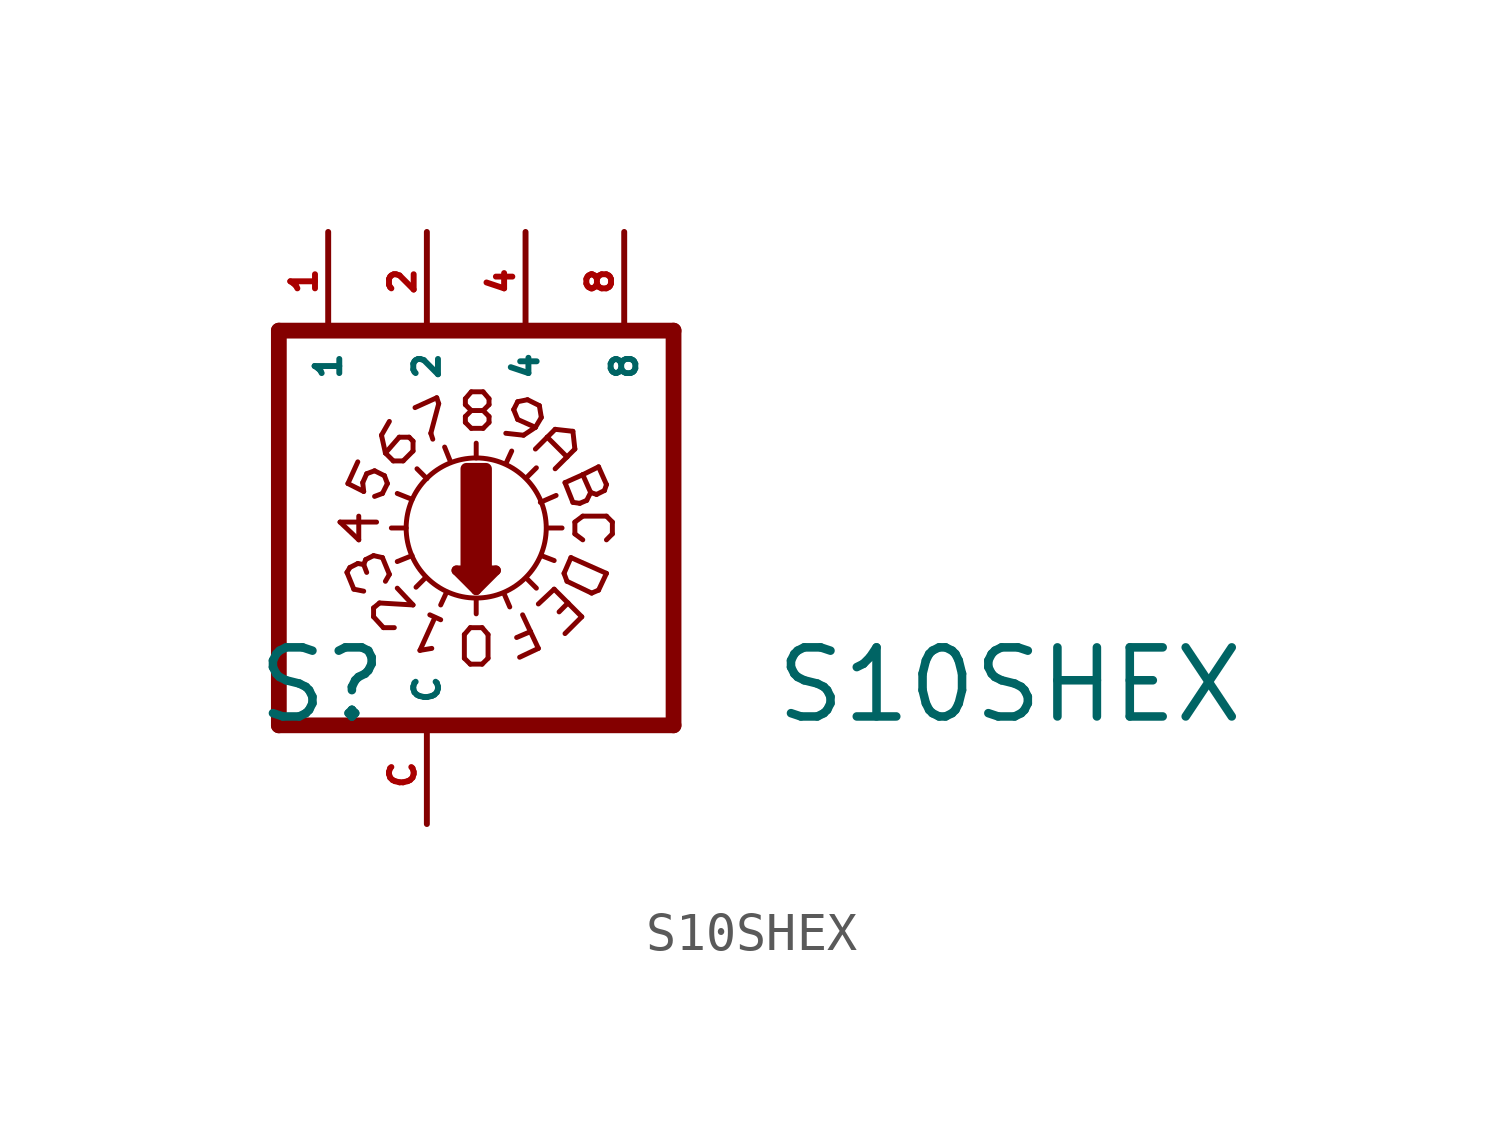
<source format=kicad_sym>
(kicad_symbol_lib
  (version 20220914)
  (generator Eagle2Kicad)
  (symbol "S10SHEX"
    (property "Reference" "S"
      (at -4.445 -5.08 0)
      (effects (font (size 1.778 1.778) (thickness 0.22)) (justify left bottom)))
    (property "Value" "S10SHEX"
      (at 8.89 -5.08 0)
      (effects (font (size 1.778 1.778) (thickness 0.22)) (justify left bottom)))
    (polyline
      (pts (xy 6.35 -5.08) (xy 6.35 5.08))
      (stroke (width 0.406) (type default))
      (fill (type none)))
    (polyline
      (pts (xy 3.099 0) (xy 3.48 0))
      (stroke (width 0.127) (type default))
      (fill (type none)))
    (polyline
      (pts (xy 1.27 1.803) (xy 1.27 2.184))
      (stroke (width 0.127) (type default))
      (fill (type none)))
    (polyline
      (pts (xy -0.914 0) (xy -0.533 0))
      (stroke (width 0.127) (type default))
      (fill (type none)))
    (polyline
      (pts (xy 2.565 -1.295) (xy 2.819 -1.549))
      (stroke (width 0.127) (type default))
      (fill (type none)))
    (polyline
      (pts (xy 0 1.27) (xy -0.254 1.524))
      (stroke (width 0.127) (type default))
      (fill (type none)))
    (polyline
      (pts (xy 2.565 1.295) (xy 2.819 1.549))
      (stroke (width 0.127) (type default))
      (fill (type none)))
    (polyline
      (pts (xy -0.025 -1.27) (xy -0.279 -1.524))
      (stroke (width 0.127) (type default))
      (fill (type none)))
    (polyline
      (pts (xy 2.032 1.651) (xy 2.184 1.981))
      (stroke (width 0.127) (type default))
      (fill (type none)))
    (polyline
      (pts (xy 2.921 0.66) (xy 3.327 0.838))
      (stroke (width 0.127) (type default))
      (fill (type none)))
    (polyline
      (pts (xy 2.946 -0.711) (xy 3.277 -0.838))
      (stroke (width 0.127) (type default))
      (fill (type none)))
    (polyline
      (pts (xy 1.981 -1.676) (xy 2.134 -2.032))
      (stroke (width 0.127) (type default))
      (fill (type none)))
    (polyline
      (pts (xy 0.508 -1.651) (xy 0.356 -1.981))
      (stroke (width 0.127) (type default))
      (fill (type none)))
    (polyline
      (pts (xy -0.381 -0.711) (xy -0.762 -0.864))
      (stroke (width 0.127) (type default))
      (fill (type none)))
    (polyline
      (pts (xy -0.381 0.737) (xy -0.762 0.889))
      (stroke (width 0.127) (type default))
      (fill (type none)))
    (polyline
      (pts (xy 0.61 1.702) (xy 0.457 2.083))
      (stroke (width 0.127) (type default))
      (fill (type none)))
    (polyline
      (pts (xy 0.762 -1.092) (xy 1.27 -1.6))
      (stroke (width 0.254) (type default))
      (fill (type none)))
    (polyline
      (pts (xy 1.27 -1.6) (xy 1.778 -1.092))
      (stroke (width 0.254) (type default))
      (fill (type none)))
    (polyline
      (pts (xy 1.778 -1.092) (xy 0.762 -1.092))
      (stroke (width 0.254) (type default))
      (fill (type none)))
    (polyline
      (pts (xy 1.27 -1.829) (xy 1.27 -2.21))
      (stroke (width 0.127) (type default))
      (fill (type none)))
    (polyline
      (pts (xy 1.016 -1.219) (xy 1.524 -1.219))
      (stroke (width 0.254) (type default))
      (fill (type none)))
    (polyline
      (pts (xy 1.27 -1.473) (xy 1.27 -1.346))
      (stroke (width 0.254) (type default))
      (fill (type none)))
    (polyline
      (pts (xy -3.81 -5.08) (xy -3.81 5.08))
      (stroke (width 0.406) (type default))
      (fill (type none)))
    (polyline
      (pts (xy -2.032 1.143) (xy -1.778 1.702))
      (stroke (width 0.127) (type default))
      (fill (type none)))
    (polyline
      (pts (xy -2.032 1.143) (xy -1.626 0.94))
      (stroke (width 0.127) (type default))
      (fill (type none)))
    (polyline
      (pts (xy -1.626 0.94) (xy -1.651 1.168))
      (stroke (width 0.127) (type default))
      (fill (type none)))
    (polyline
      (pts (xy -1.651 1.168) (xy -1.549 1.397))
      (stroke (width 0.127) (type default))
      (fill (type none)))
    (polyline
      (pts (xy -1.092 1.346) (xy -1.016 1.143))
      (stroke (width 0.127) (type default))
      (fill (type none)))
    (polyline
      (pts (xy -1.016 1.143) (xy -1.143 0.889))
      (stroke (width 0.127) (type default))
      (fill (type none)))
    (polyline
      (pts (xy -1.143 0.889) (xy -1.346 0.813))
      (stroke (width 0.127) (type default))
      (fill (type none)))
    (polyline
      (pts (xy -1.549 1.397) (xy -1.346 1.473))
      (stroke (width 0.127) (type default))
      (fill (type none)))
    (polyline
      (pts (xy -1.346 1.473) (xy -1.092 1.346))
      (stroke (width 0.127) (type default))
      (fill (type none)))
    (polyline
      (pts (xy -0.61 1.727) (xy -0.356 1.981))
      (stroke (width 0.127) (type default))
      (fill (type none)))
    (polyline
      (pts (xy -0.356 1.981) (xy -0.356 2.235))
      (stroke (width 0.127) (type default))
      (fill (type none)))
    (polyline
      (pts (xy -0.356 2.235) (xy -0.457 2.337))
      (stroke (width 0.127) (type default))
      (fill (type none)))
    (polyline
      (pts (xy -0.457 2.337) (xy -0.711 2.337))
      (stroke (width 0.127) (type default))
      (fill (type none)))
    (polyline
      (pts (xy -0.711 2.337) (xy -1.067 1.93))
      (stroke (width 0.127) (type default))
      (fill (type none)))
    (polyline
      (pts (xy -0.61 1.727) (xy -0.864 1.727))
      (stroke (width 0.127) (type default))
      (fill (type none)))
    (polyline
      (pts (xy -0.864 1.727) (xy -1.067 1.93))
      (stroke (width 0.127) (type default))
      (fill (type none)))
    (polyline
      (pts (xy -1.067 1.93) (xy -1.168 2.388))
      (stroke (width 0.127) (type default))
      (fill (type none)))
    (polyline
      (pts (xy -1.168 2.388) (xy -0.965 2.743))
      (stroke (width 0.127) (type default))
      (fill (type none)))
    (polyline
      (pts (xy -0.305 3.099) (xy 0.254 3.353))
      (stroke (width 0.127) (type default))
      (fill (type none)))
    (polyline
      (pts (xy 0.102 2.438) (xy 0.152 2.286))
      (stroke (width 0.127) (type default))
      (fill (type none)))
    (polyline
      (pts (xy 0.254 3.353) (xy 0.305 3.2))
      (stroke (width 0.127) (type default))
      (fill (type none)))
    (polyline
      (pts (xy 0.305 3.2) (xy 0.102 2.438))
      (stroke (width 0.127) (type default))
      (fill (type none)))
    (polyline
      (pts (xy 2.896 3.15) (xy 2.591 3.302))
      (stroke (width 0.127) (type default))
      (fill (type none)))
    (polyline
      (pts (xy 2.591 3.302) (xy 2.337 3.251))
      (stroke (width 0.127) (type default))
      (fill (type none)))
    (polyline
      (pts (xy 2.337 3.251) (xy 2.235 3.048))
      (stroke (width 0.127) (type default))
      (fill (type none)))
    (polyline
      (pts (xy 2.235 3.048) (xy 2.337 2.794))
      (stroke (width 0.127) (type default))
      (fill (type none)))
    (polyline
      (pts (xy 2.337 2.794) (xy 2.794 2.591))
      (stroke (width 0.127) (type default))
      (fill (type none)))
    (polyline
      (pts (xy 2.896 3.15) (xy 2.946 2.845))
      (stroke (width 0.127) (type default))
      (fill (type none)))
    (polyline
      (pts (xy 2.946 2.845) (xy 2.794 2.591))
      (stroke (width 0.127) (type default))
      (fill (type none)))
    (polyline
      (pts (xy 2.794 2.591) (xy 2.489 2.388))
      (stroke (width 0.127) (type default))
      (fill (type none)))
    (polyline
      (pts (xy 2.489 2.388) (xy 2.032 2.438))
      (stroke (width 0.127) (type default))
      (fill (type none)))
    (polyline
      (pts (xy 2.794 2.032) (xy 3.099 2.337))
      (stroke (width 0.127) (type default))
      (fill (type none)))
    (polyline
      (pts (xy 3.302 2.54) (xy 3.759 2.489))
      (stroke (width 0.127) (type default))
      (fill (type none)))
    (polyline
      (pts (xy 3.759 2.489) (xy 3.81 2.032))
      (stroke (width 0.127) (type default))
      (fill (type none)))
    (polyline
      (pts (xy 3.81 2.032) (xy 3.607 1.829))
      (stroke (width 0.127) (type default))
      (fill (type none)))
    (polyline
      (pts (xy 3.099 2.337) (xy 3.607 1.829))
      (stroke (width 0.127) (type default))
      (fill (type none)))
    (polyline
      (pts (xy 3.099 2.337) (xy 3.302 2.54))
      (stroke (width 0.127) (type default))
      (fill (type none)))
    (polyline
      (pts (xy 3.607 1.829) (xy 3.302 1.524))
      (stroke (width 0.127) (type default))
      (fill (type none)))
    (polyline
      (pts (xy 3.556 1.168) (xy 4.013 1.372))
      (stroke (width 0.127) (type default))
      (fill (type none)))
    (polyline
      (pts (xy 4.42 1.575) (xy 4.623 1.118))
      (stroke (width 0.127) (type default))
      (fill (type none)))
    (polyline
      (pts (xy 4.623 1.118) (xy 4.572 0.965))
      (stroke (width 0.127) (type default))
      (fill (type none)))
    (polyline
      (pts (xy 4.572 0.965) (xy 4.369 0.864))
      (stroke (width 0.127) (type default))
      (fill (type none)))
    (polyline
      (pts (xy 4.369 0.864) (xy 4.216 0.914))
      (stroke (width 0.127) (type default))
      (fill (type none)))
    (polyline
      (pts (xy 4.216 0.914) (xy 4.013 1.372))
      (stroke (width 0.127) (type default))
      (fill (type none)))
    (polyline
      (pts (xy 4.216 0.914) (xy 4.115 0.711))
      (stroke (width 0.127) (type default))
      (fill (type none)))
    (polyline
      (pts (xy 4.115 0.711) (xy 3.937 0.635))
      (stroke (width 0.127) (type default))
      (fill (type none)))
    (polyline
      (pts (xy 3.937 0.635) (xy 3.759 0.66))
      (stroke (width 0.127) (type default))
      (fill (type none)))
    (polyline
      (pts (xy 3.759 0.66) (xy 3.556 1.168))
      (stroke (width 0.127) (type default))
      (fill (type none)))
    (polyline
      (pts (xy 4.013 1.372) (xy 4.42 1.575))
      (stroke (width 0.127) (type default))
      (fill (type none)))
    (polyline
      (pts (xy 4.013 0.305) (xy 4.623 0.305))
      (stroke (width 0.127) (type default))
      (fill (type none)))
    (polyline
      (pts (xy 4.623 0.305) (xy 4.775 0.152))
      (stroke (width 0.127) (type default))
      (fill (type none)))
    (polyline
      (pts (xy 4.775 0.152) (xy 4.775 -0.152))
      (stroke (width 0.127) (type default))
      (fill (type none)))
    (polyline
      (pts (xy 4.775 -0.152) (xy 4.623 -0.305))
      (stroke (width 0.127) (type default))
      (fill (type none)))
    (polyline
      (pts (xy 4.013 0.305) (xy 3.81 0.152))
      (stroke (width 0.127) (type default))
      (fill (type none)))
    (polyline
      (pts (xy 3.81 0.152) (xy 3.81 -0.152))
      (stroke (width 0.127) (type default))
      (fill (type none)))
    (polyline
      (pts (xy 3.81 -0.152) (xy 4.013 -0.305))
      (stroke (width 0.127) (type default))
      (fill (type none)))
    (polyline
      (pts (xy 3.708 -0.762) (xy 3.531 -1.168))
      (stroke (width 0.127) (type default))
      (fill (type none)))
    (polyline
      (pts (xy 3.531 -1.168) (xy 3.607 -1.372))
      (stroke (width 0.127) (type default))
      (fill (type none)))
    (polyline
      (pts (xy 3.607 -1.372) (xy 4.242 -1.676))
      (stroke (width 0.127) (type default))
      (fill (type none)))
    (polyline
      (pts (xy 4.242 -1.676) (xy 4.42 -1.6))
      (stroke (width 0.127) (type default))
      (fill (type none)))
    (polyline
      (pts (xy 4.42 -1.6) (xy 4.623 -1.168))
      (stroke (width 0.127) (type default))
      (fill (type none)))
    (polyline
      (pts (xy 4.623 -1.168) (xy 3.708 -0.762))
      (stroke (width 0.127) (type default))
      (fill (type none)))
    (polyline
      (pts (xy 3.277 -1.575) (xy 2.87 -1.956))
      (stroke (width 0.127) (type default))
      (fill (type none)))
    (polyline
      (pts (xy 3.277 -1.575) (xy 3.632 -1.93))
      (stroke (width 0.127) (type default))
      (fill (type none)))
    (polyline
      (pts (xy 3.988 -2.286) (xy 3.556 -2.718))
      (stroke (width 0.127) (type default))
      (fill (type none)))
    (polyline
      (pts (xy 3.632 -1.93) (xy 3.404 -2.159))
      (stroke (width 0.127) (type default))
      (fill (type none)))
    (polyline
      (pts (xy 3.632 -1.93) (xy 3.988 -2.286))
      (stroke (width 0.127) (type default))
      (fill (type none)))
    (polyline
      (pts (xy 2.388 -3.327) (xy 2.87 -3.099))
      (stroke (width 0.127) (type default))
      (fill (type none)))
    (polyline
      (pts (xy 2.87 -3.099) (xy 2.667 -2.667))
      (stroke (width 0.127) (type default))
      (fill (type none)))
    (polyline
      (pts (xy 2.667 -2.667) (xy 2.311 -2.819))
      (stroke (width 0.127) (type default))
      (fill (type none)))
    (polyline
      (pts (xy 2.667 -2.667) (xy 2.464 -2.235))
      (stroke (width 0.127) (type default))
      (fill (type none)))
    (polyline
      (pts (xy 0.076 -2.235) (xy 0.356 -2.362))
      (stroke (width 0.127) (type default))
      (fill (type none)))
    (polyline
      (pts (xy 0.203 -2.311) (xy -0.178 -3.15))
      (stroke (width 0.127) (type default))
      (fill (type none)))
    (polyline
      (pts (xy -0.178 -3.15) (xy 0.127 -3.099))
      (stroke (width 0.127) (type default))
      (fill (type none)))
    (polyline
      (pts (xy -0.762 -1.549) (xy -0.356 -1.981))
      (stroke (width 0.127) (type default))
      (fill (type none)))
    (polyline
      (pts (xy -1.372 -2.286) (xy -1.118 -2.565))
      (stroke (width 0.127) (type default))
      (fill (type none)))
    (polyline
      (pts (xy -1.118 -2.565) (xy -0.838 -2.565))
      (stroke (width 0.127) (type default))
      (fill (type none)))
    (polyline
      (pts (xy -1.372 -2.286) (xy -1.372 -2.057))
      (stroke (width 0.127) (type default))
      (fill (type none)))
    (polyline
      (pts (xy -1.372 -2.057) (xy -1.219 -1.93))
      (stroke (width 0.127) (type default))
      (fill (type none)))
    (polyline
      (pts (xy -1.219 -1.93) (xy -0.356 -1.981))
      (stroke (width 0.127) (type default))
      (fill (type none)))
    (polyline
      (pts (xy -1.143 -0.762) (xy -0.965 -1.194))
      (stroke (width 0.127) (type default))
      (fill (type none)))
    (polyline
      (pts (xy -2.057 -1.143) (xy -1.88 -1.575))
      (stroke (width 0.127) (type default))
      (fill (type none)))
    (polyline
      (pts (xy -1.626 -1.626) (xy -1.88 -1.575))
      (stroke (width 0.127) (type default))
      (fill (type none)))
    (polyline
      (pts (xy -1.067 -1.372) (xy -0.965 -1.194))
      (stroke (width 0.127) (type default))
      (fill (type none)))
    (polyline
      (pts (xy -1.143 -0.762) (xy -1.372 -0.711))
      (stroke (width 0.127) (type default))
      (fill (type none)))
    (polyline
      (pts (xy -1.372 -0.711) (xy -1.575 -0.813))
      (stroke (width 0.127) (type default))
      (fill (type none)))
    (polyline
      (pts (xy -1.575 -0.813) (xy -1.626 -0.94))
      (stroke (width 0.127) (type default))
      (fill (type none)))
    (polyline
      (pts (xy -1.626 -0.94) (xy -1.549 -1.143))
      (stroke (width 0.127) (type default))
      (fill (type none)))
    (polyline
      (pts (xy -1.626 -0.94) (xy -1.778 -0.914))
      (stroke (width 0.127) (type default))
      (fill (type none)))
    (polyline
      (pts (xy -1.778 -0.914) (xy -1.981 -1.016))
      (stroke (width 0.127) (type default))
      (fill (type none)))
    (polyline
      (pts (xy -1.981 -1.016) (xy -2.057 -1.143))
      (stroke (width 0.127) (type default))
      (fill (type none)))
    (polyline
      (pts (xy -1.295 0.152) (xy -2.235 0.152))
      (stroke (width 0.127) (type default))
      (fill (type none)))
    (polyline
      (pts (xy -2.235 0.152) (xy -1.753 -0.305))
      (stroke (width 0.127) (type default))
      (fill (type none)))
    (polyline
      (pts (xy -1.753 -0.305) (xy -1.753 0.305))
      (stroke (width 0.127) (type default))
      (fill (type none)))
    (polyline
      (pts (xy 1.118 -3.505) (xy 1.422 -3.505))
      (stroke (width 0.127) (type default))
      (fill (type none)))
    (polyline
      (pts (xy 1.422 -3.505) (xy 1.575 -3.353))
      (stroke (width 0.127) (type default))
      (fill (type none)))
    (polyline
      (pts (xy 1.575 -3.353) (xy 1.575 -2.743))
      (stroke (width 0.127) (type default))
      (fill (type none)))
    (polyline
      (pts (xy 1.575 -2.743) (xy 1.422 -2.565))
      (stroke (width 0.127) (type default))
      (fill (type none)))
    (polyline
      (pts (xy 1.422 -2.565) (xy 1.118 -2.565))
      (stroke (width 0.127) (type default))
      (fill (type none)))
    (polyline
      (pts (xy 1.118 -2.565) (xy 0.965 -2.743))
      (stroke (width 0.127) (type default))
      (fill (type none)))
    (polyline
      (pts (xy 0.965 -2.743) (xy 0.965 -3.353))
      (stroke (width 0.127) (type default))
      (fill (type none)))
    (polyline
      (pts (xy 0.965 -3.353) (xy 1.118 -3.505))
      (stroke (width 0.127) (type default))
      (fill (type none)))
    (polyline
      (pts (xy 1.143 2.565) (xy 1.448 2.565))
      (stroke (width 0.127) (type default))
      (fill (type none)))
    (polyline
      (pts (xy 1.448 2.565) (xy 1.6 2.718))
      (stroke (width 0.127) (type default))
      (fill (type none)))
    (polyline
      (pts (xy 1.6 2.718) (xy 1.6 2.87))
      (stroke (width 0.127) (type default))
      (fill (type none)))
    (polyline
      (pts (xy 1.6 2.87) (xy 1.448 3.023))
      (stroke (width 0.127) (type default))
      (fill (type none)))
    (polyline
      (pts (xy 1.448 3.023) (xy 1.6 3.175))
      (stroke (width 0.127) (type default))
      (fill (type none)))
    (polyline
      (pts (xy 1.6 3.175) (xy 1.6 3.327))
      (stroke (width 0.127) (type default))
      (fill (type none)))
    (polyline
      (pts (xy 1.6 3.327) (xy 1.448 3.505))
      (stroke (width 0.127) (type default))
      (fill (type none)))
    (polyline
      (pts (xy 1.448 3.505) (xy 1.143 3.505))
      (stroke (width 0.127) (type default))
      (fill (type none)))
    (polyline
      (pts (xy 1.143 3.505) (xy 0.991 3.327))
      (stroke (width 0.127) (type default))
      (fill (type none)))
    (polyline
      (pts (xy 0.991 3.327) (xy 0.991 3.175))
      (stroke (width 0.127) (type default))
      (fill (type none)))
    (polyline
      (pts (xy 0.991 3.175) (xy 1.143 3.023))
      (stroke (width 0.127) (type default))
      (fill (type none)))
    (polyline
      (pts (xy 1.143 3.023) (xy 0.991 2.87))
      (stroke (width 0.127) (type default))
      (fill (type none)))
    (polyline
      (pts (xy 0.991 2.87) (xy 0.991 2.718))
      (stroke (width 0.127) (type default))
      (fill (type none)))
    (polyline
      (pts (xy 0.991 2.718) (xy 1.143 2.565))
      (stroke (width 0.127) (type default))
      (fill (type none)))
    (polyline
      (pts (xy 1.143 3.023) (xy 1.448 3.023))
      (stroke (width 0.127) (type default))
      (fill (type none)))
    (polyline
      (pts (xy 6.35 5.08) (xy -3.81 5.08))
      (stroke (width 0.406) (type default))
      (fill (type none)))
    (polyline
      (pts (xy -3.81 -5.08) (xy 6.35 -5.08))
      (stroke (width 0.406) (type default))
      (fill (type none)))
    (circle
      (center 1.27 0)
      (radius 1.803)
      (stroke (width 0.127) (type default))
      (fill (type none)))
    (rectangle
      (start 1.016 -1.016)
      (end 1.524 1.524)
      (stroke (width 0.3) (type default))
      (fill (type outline)))
    (pin passive line
      (at 5.08 7.62 270)
      (length 2.54)
      (name "8" (effects (font (size 0.635 0.635) (thickness 0.08)) (justify left bottom)))
      (number "8" (effects (font (size 0.635 0.635) (thickness 0.08)) (justify left bottom))))
    (pin passive line
      (at 2.54 7.62 270)
      (length 2.54)
      (name "4" (effects (font (size 0.635 0.635) (thickness 0.08)) (justify left bottom)))
      (number "4" (effects (font (size 0.635 0.635) (thickness 0.08)) (justify left bottom))))
    (pin passive line
      (at 0 7.62 270)
      (length 2.54)
      (name "2" (effects (font (size 0.635 0.635) (thickness 0.08)) (justify left bottom)))
      (number "2" (effects (font (size 0.635 0.635) (thickness 0.08)) (justify left bottom))))
    (pin passive line
      (at -2.54 7.62 270)
      (length 2.54)
      (name "1" (effects (font (size 0.635 0.635) (thickness 0.08)) (justify left bottom)))
      (number "1" (effects (font (size 0.635 0.635) (thickness 0.08)) (justify left bottom))))
    (pin passive line
      (at 0 -7.62 90)
      (length 2.54)
      (name "C" (effects (font (size 0.635 0.635) (thickness 0.08)) (justify left bottom)))
      (number "C" (effects (font (size 0.635 0.635) (thickness 0.08)) (justify left bottom))))))
</source>
